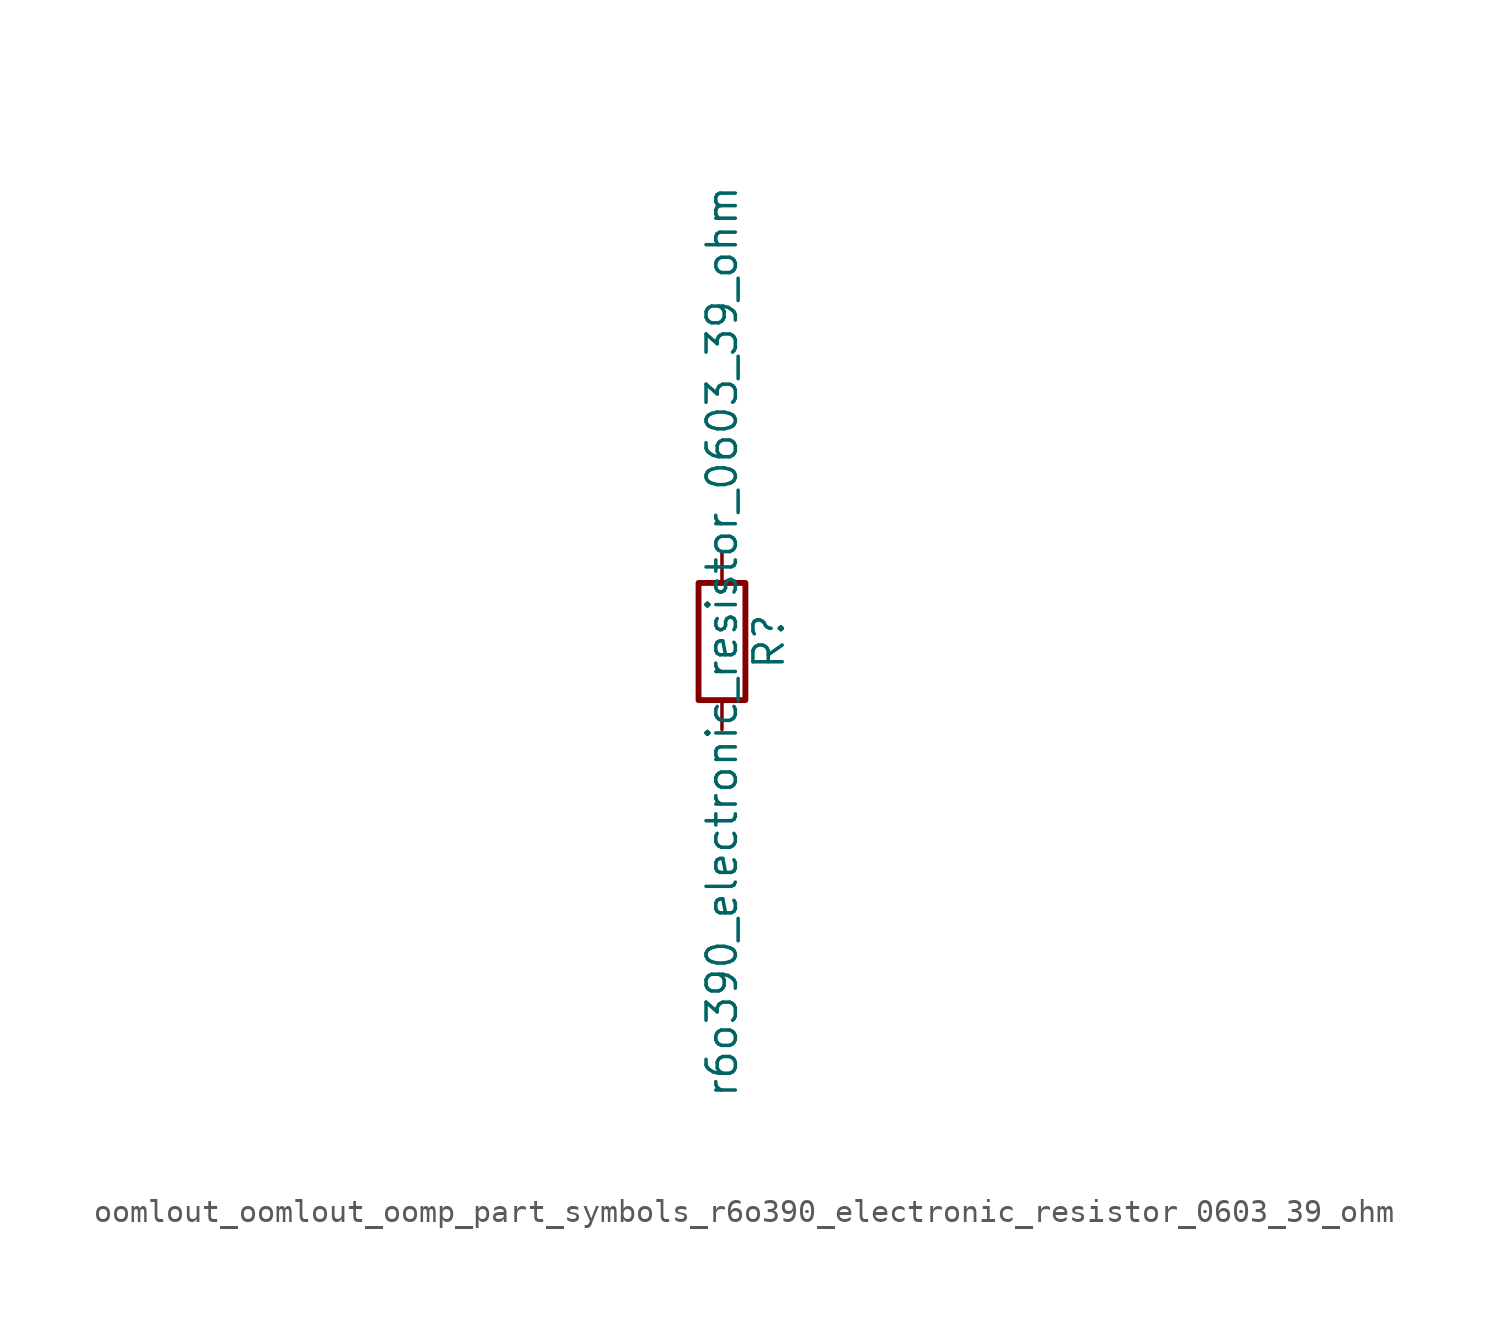
<source format=kicad_sym>
(kicad_symbol_lib
  (version 20220914)
  (generator kicad_symbol_editor)
  (symbol "oomlout_oomlout_oomp_part_symbols_r6o390_electronic_resistor_0603_39_ohm"
    (pin_numbers hide)
    (pin_names
      (offset 0))
    (property "Reference" "R"
      (at 2.032 0 90)
      (effects (font (size 1.27 1.27))))
    (property "Value" "r6o390_electronic_resistor_0603_39_ohm"
      (at 0 0 90)
      (effects (font (size 1.27 1.27))))
    (symbol "oomlout_oomlout_oomp_part_symbols_r6o390_electronic_resistor_0603_39_ohm_0_1"
      (rectangle (start -1.016 -2.54) (end 1.016 2.54) (stroke (width 0.254) (type default)) (fill (type none))))
    (symbol "oomlout_oomlout_oomp_part_symbols_r6o390_electronic_resistor_0603_39_ohm_1_1"
      (pin passive line (at 0 3.81 270) (length 1.27) (name "~" (effects (font (size 1.27 1.27)))) (number "1" (effects (font (size 1.27 1.27)))))
      (pin passive line (at 0 -3.81 90) (length 1.27) (name "~" (effects (font (size 1.27 1.27)))) (number "2" (effects (font (size 1.27 1.27))))))))
</source>
